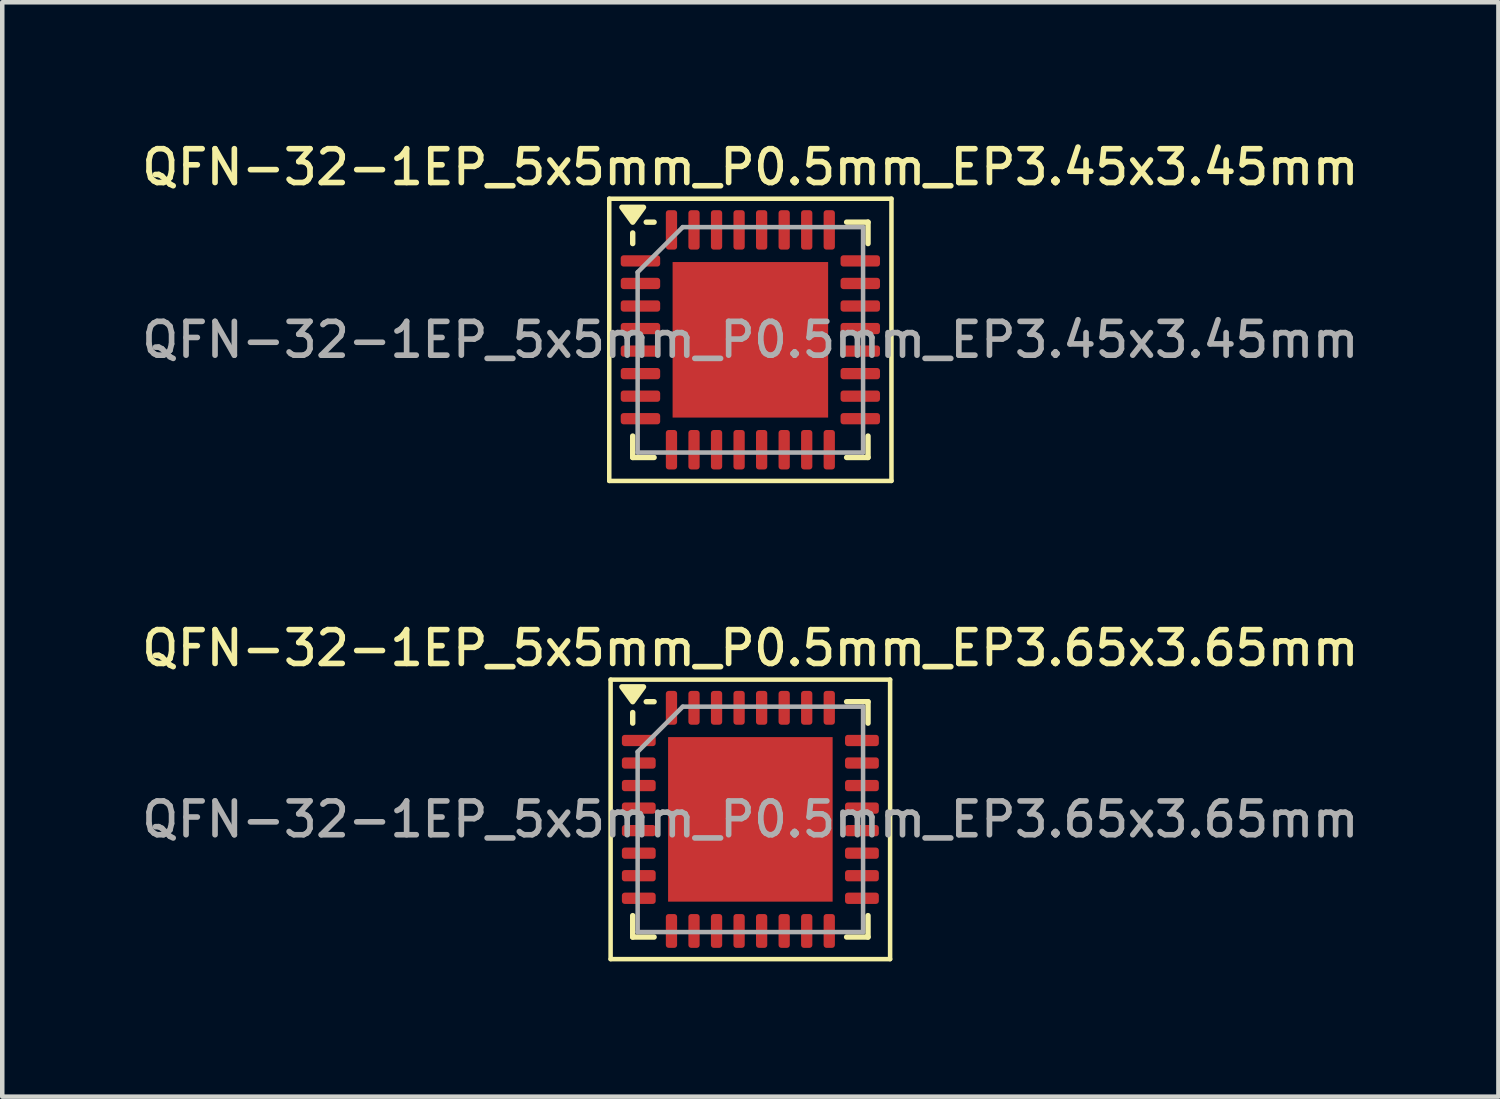
<source format=kicad_pcb>
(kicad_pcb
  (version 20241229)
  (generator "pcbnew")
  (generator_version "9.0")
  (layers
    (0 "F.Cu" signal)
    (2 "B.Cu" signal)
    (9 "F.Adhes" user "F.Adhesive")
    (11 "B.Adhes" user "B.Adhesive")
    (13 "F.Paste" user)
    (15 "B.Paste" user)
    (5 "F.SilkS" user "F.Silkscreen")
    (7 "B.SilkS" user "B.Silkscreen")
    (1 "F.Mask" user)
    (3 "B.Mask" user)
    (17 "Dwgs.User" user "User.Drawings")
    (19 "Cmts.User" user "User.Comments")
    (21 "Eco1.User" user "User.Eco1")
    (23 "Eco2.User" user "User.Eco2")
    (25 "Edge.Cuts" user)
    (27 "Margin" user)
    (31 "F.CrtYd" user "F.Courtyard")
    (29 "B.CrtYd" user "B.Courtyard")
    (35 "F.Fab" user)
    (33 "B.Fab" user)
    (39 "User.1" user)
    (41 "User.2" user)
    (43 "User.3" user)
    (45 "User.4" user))
  (footprint "QFN-32-1EP_5x5mm_P0.5mm_EP3.65x3.65mm"
    (layer "F.Cu")
    (at 13.595 15.126)
    (property "Reference" "QFN-32-1EP_5x5mm_P0.5mm_EP3.65x3.65mm" (at 0 -3.8 0) (layer "F.SilkS") (effects (font (size 0.75 0.75) (thickness 0.125))))
    (attr smd)
    (fp_line (start -3.1 -3.1) (end -3.1 3.1) (stroke (width 0.1) (type solid)) (layer "F.SilkS"))
    (fp_line (start -3.1 3.1) (end 3.1 3.1) (stroke (width 0.1) (type solid)) (layer "F.SilkS"))
    (fp_line (start -2.61 -2.135) (end -2.61 -2.37) (stroke (width 0.12) (type solid)) (layer "F.SilkS"))
    (fp_line (start -2.61 2.61) (end -2.61 2.135) (stroke (width 0.12) (type solid)) (layer "F.SilkS"))
    (fp_line (start -2.135 -2.61) (end -2.31 -2.61) (stroke (width 0.12) (type solid)) (layer "F.SilkS"))
    (fp_line (start -2.135 2.61) (end -2.61 2.61) (stroke (width 0.12) (type solid)) (layer "F.SilkS"))
    (fp_line (start 2.135 -2.61) (end 2.61 -2.61) (stroke (width 0.12) (type solid)) (layer "F.SilkS"))
    (fp_line (start 2.135 2.61) (end 2.61 2.61) (stroke (width 0.12) (type solid)) (layer "F.SilkS"))
    (fp_line (start 2.61 -2.61) (end 2.61 -2.135) (stroke (width 0.12) (type solid)) (layer "F.SilkS"))
    (fp_line (start 2.61 2.61) (end 2.61 2.135) (stroke (width 0.12) (type solid)) (layer "F.SilkS"))
    (fp_line (start 3.1 -3.1) (end -3.1 -3.1) (stroke (width 0.1) (type solid)) (layer "F.SilkS"))
    (fp_line (start 3.1 3.1) (end 3.1 -3.1) (stroke (width 0.1) (type solid)) (layer "F.SilkS"))
    (fp_poly (pts (xy -2.61 -2.61) (xy -2.85 -2.94) (xy -2.37 -2.94) (xy -2.61 -2.61)) (stroke (width 0.12) (type solid)) (fill yes) (layer "F.SilkS"))
    (fp_line (start -2.5 -1.5) (end -1.5 -2.5) (stroke (width 0.1) (type solid)) (layer "F.Fab"))
    (fp_line (start -2.5 2.5) (end -2.5 -1.5) (stroke (width 0.1) (type solid)) (layer "F.Fab"))
    (fp_line (start -1.5 -2.5) (end 2.5 -2.5) (stroke (width 0.1) (type solid)) (layer "F.Fab"))
    (fp_line (start 2.5 -2.5) (end 2.5 2.5) (stroke (width 0.1) (type solid)) (layer "F.Fab"))
    (fp_line (start 2.5 2.5) (end -2.5 2.5) (stroke (width 0.1) (type solid)) (layer "F.Fab"))
    (fp_text user "${REFERENCE}" (at 0 0 0) (layer "F.Fab") (effects (font (size 0.75 0.75) (thickness 0.125))))
    (pad "" smd roundrect (at -1.22 -1.22) (size 0.98 0.98) (layers "F.Paste") (roundrect_rratio 0.25))
    (pad "" smd roundrect (at -1.22 0) (size 0.98 0.98) (layers "F.Paste") (roundrect_rratio 0.25))
    (pad "" smd roundrect (at -1.22 1.22) (size 0.98 0.98) (layers "F.Paste") (roundrect_rratio 0.25))
    (pad "" smd roundrect (at 0 -1.22) (size 0.98 0.98) (layers "F.Paste") (roundrect_rratio 0.25))
    (pad "" smd roundrect (at 0 0) (size 0.98 0.98) (layers "F.Paste") (roundrect_rratio 0.25))
    (pad "" smd roundrect (at 0 1.22) (size 0.98 0.98) (layers "F.Paste") (roundrect_rratio 0.25))
    (pad "" smd roundrect (at 1.22 -1.22) (size 0.98 0.98) (layers "F.Paste") (roundrect_rratio 0.25))
    (pad "" smd roundrect (at 1.22 0) (size 0.98 0.98) (layers "F.Paste") (roundrect_rratio 0.25))
    (pad "" smd roundrect (at 1.22 1.22) (size 0.98 0.98) (layers "F.Paste") (roundrect_rratio 0.25))
    (pad "1" smd roundrect (at -2.475 -1.75) (size 0.75 0.25) (layers "F.Cu" "F.Mask" "F.Paste") (roundrect_rratio 0.25))
    (pad "2" smd roundrect (at -2.475 -1.25) (size 0.75 0.25) (layers "F.Cu" "F.Mask" "F.Paste") (roundrect_rratio 0.25))
    (pad "3" smd roundrect (at -2.475 -0.75) (size 0.75 0.25) (layers "F.Cu" "F.Mask" "F.Paste") (roundrect_rratio 0.25))
    (pad "4" smd roundrect (at -2.475 -0.25) (size 0.75 0.25) (layers "F.Cu" "F.Mask" "F.Paste") (roundrect_rratio 0.25))
    (pad "5" smd roundrect (at -2.475 0.25) (size 0.75 0.25) (layers "F.Cu" "F.Mask" "F.Paste") (roundrect_rratio 0.25))
    (pad "6" smd roundrect (at -2.475 0.75) (size 0.75 0.25) (layers "F.Cu" "F.Mask" "F.Paste") (roundrect_rratio 0.25))
    (pad "7" smd roundrect (at -2.475 1.25) (size 0.75 0.25) (layers "F.Cu" "F.Mask" "F.Paste") (roundrect_rratio 0.25))
    (pad "8" smd roundrect (at -2.475 1.75) (size 0.75 0.25) (layers "F.Cu" "F.Mask" "F.Paste") (roundrect_rratio 0.25))
    (pad "9" smd roundrect (at -1.75 2.475) (size 0.25 0.75) (layers "F.Cu" "F.Mask" "F.Paste") (roundrect_rratio 0.25))
    (pad "10" smd roundrect (at -1.25 2.475) (size 0.25 0.75) (layers "F.Cu" "F.Mask" "F.Paste") (roundrect_rratio 0.25))
    (pad "11" smd roundrect (at -0.75 2.475) (size 0.25 0.75) (layers "F.Cu" "F.Mask" "F.Paste") (roundrect_rratio 0.25))
    (pad "12" smd roundrect (at -0.25 2.475) (size 0.25 0.75) (layers "F.Cu" "F.Mask" "F.Paste") (roundrect_rratio 0.25))
    (pad "13" smd roundrect (at 0.25 2.475) (size 0.25 0.75) (layers "F.Cu" "F.Mask" "F.Paste") (roundrect_rratio 0.25))
    (pad "14" smd roundrect (at 0.75 2.475) (size 0.25 0.75) (layers "F.Cu" "F.Mask" "F.Paste") (roundrect_rratio 0.25))
    (pad "15" smd roundrect (at 1.25 2.475) (size 0.25 0.75) (layers "F.Cu" "F.Mask" "F.Paste") (roundrect_rratio 0.25))
    (pad "16" smd roundrect (at 1.75 2.475) (size 0.25 0.75) (layers "F.Cu" "F.Mask" "F.Paste") (roundrect_rratio 0.25))
    (pad "17" smd roundrect (at 2.475 1.75) (size 0.75 0.25) (layers "F.Cu" "F.Mask" "F.Paste") (roundrect_rratio 0.25))
    (pad "18" smd roundrect (at 2.475 1.25) (size 0.75 0.25) (layers "F.Cu" "F.Mask" "F.Paste") (roundrect_rratio 0.25))
    (pad "19" smd roundrect (at 2.475 0.75) (size 0.75 0.25) (layers "F.Cu" "F.Mask" "F.Paste") (roundrect_rratio 0.25))
    (pad "20" smd roundrect (at 2.475 0.25) (size 0.75 0.25) (layers "F.Cu" "F.Mask" "F.Paste") (roundrect_rratio 0.25))
    (pad "21" smd roundrect (at 2.475 -0.25) (size 0.75 0.25) (layers "F.Cu" "F.Mask" "F.Paste") (roundrect_rratio 0.25))
    (pad "22" smd roundrect (at 2.475 -0.75) (size 0.75 0.25) (layers "F.Cu" "F.Mask" "F.Paste") (roundrect_rratio 0.25))
    (pad "23" smd roundrect (at 2.475 -1.25) (size 0.75 0.25) (layers "F.Cu" "F.Mask" "F.Paste") (roundrect_rratio 0.25))
    (pad "24" smd roundrect (at 2.475 -1.75) (size 0.75 0.25) (layers "F.Cu" "F.Mask" "F.Paste") (roundrect_rratio 0.25))
    (pad "25" smd roundrect (at 1.75 -2.475) (size 0.25 0.75) (layers "F.Cu" "F.Mask" "F.Paste") (roundrect_rratio 0.25))
    (pad "26" smd roundrect (at 1.25 -2.475) (size 0.25 0.75) (layers "F.Cu" "F.Mask" "F.Paste") (roundrect_rratio 0.25))
    (pad "27" smd roundrect (at 0.75 -2.475) (size 0.25 0.75) (layers "F.Cu" "F.Mask" "F.Paste") (roundrect_rratio 0.25))
    (pad "28" smd roundrect (at 0.25 -2.475) (size 0.25 0.75) (layers "F.Cu" "F.Mask" "F.Paste") (roundrect_rratio 0.25))
    (pad "29" smd roundrect (at -0.25 -2.475) (size 0.25 0.75) (layers "F.Cu" "F.Mask" "F.Paste") (roundrect_rratio 0.25))
    (pad "30" smd roundrect (at -0.75 -2.475) (size 0.25 0.75) (layers "F.Cu" "F.Mask" "F.Paste") (roundrect_rratio 0.25))
    (pad "31" smd roundrect (at -1.25 -2.475) (size 0.25 0.75) (layers "F.Cu" "F.Mask" "F.Paste") (roundrect_rratio 0.25))
    (pad "32" smd roundrect (at -1.75 -2.475) (size 0.25 0.75) (layers "F.Cu" "F.Mask" "F.Paste") (roundrect_rratio 0.25))
    (pad "33" smd rect (at 0 0) (size 3.65 3.65) (property pad_prop_heatsink) (layers "F.Cu" "F.Mask")))
  (footprint "QFN-32-1EP_5x5mm_P0.5mm_EP3.45x3.45mm"
    (layer "F.Cu")
    (at 13.595 4.488)
    (property "Reference" "QFN-32-1EP_5x5mm_P0.5mm_EP3.45x3.45mm" (at 0 -3.83 0) (layer "F.SilkS") (effects (font (size 0.75 0.75) (thickness 0.125))))
    (attr smd)
    (fp_line (start -3.13 -3.13) (end -3.13 3.13) (stroke (width 0.1) (type solid)) (layer "F.SilkS"))
    (fp_line (start -3.13 3.13) (end 3.13 3.13) (stroke (width 0.1) (type solid)) (layer "F.SilkS"))
    (fp_line (start -2.61 -2.135) (end -2.61 -2.37) (stroke (width 0.12) (type solid)) (layer "F.SilkS"))
    (fp_line (start -2.61 2.61) (end -2.61 2.135) (stroke (width 0.12) (type solid)) (layer "F.SilkS"))
    (fp_line (start -2.135 -2.61) (end -2.31 -2.61) (stroke (width 0.12) (type solid)) (layer "F.SilkS"))
    (fp_line (start -2.135 2.61) (end -2.61 2.61) (stroke (width 0.12) (type solid)) (layer "F.SilkS"))
    (fp_line (start 2.135 -2.61) (end 2.61 -2.61) (stroke (width 0.12) (type solid)) (layer "F.SilkS"))
    (fp_line (start 2.135 2.61) (end 2.61 2.61) (stroke (width 0.12) (type solid)) (layer "F.SilkS"))
    (fp_line (start 2.61 -2.61) (end 2.61 -2.135) (stroke (width 0.12) (type solid)) (layer "F.SilkS"))
    (fp_line (start 2.61 2.61) (end 2.61 2.135) (stroke (width 0.12) (type solid)) (layer "F.SilkS"))
    (fp_line (start 3.13 -3.13) (end -3.13 -3.13) (stroke (width 0.1) (type solid)) (layer "F.SilkS"))
    (fp_line (start 3.13 3.13) (end 3.13 -3.13) (stroke (width 0.1) (type solid)) (layer "F.SilkS"))
    (fp_poly (pts (xy -2.61 -2.61) (xy -2.85 -2.94) (xy -2.37 -2.94) (xy -2.61 -2.61)) (stroke (width 0.12) (type solid)) (fill yes) (layer "F.SilkS"))
    (fp_line (start -2.5 -1.5) (end -1.5 -2.5) (stroke (width 0.1) (type solid)) (layer "F.Fab"))
    (fp_line (start -2.5 2.5) (end -2.5 -1.5) (stroke (width 0.1) (type solid)) (layer "F.Fab"))
    (fp_line (start -1.5 -2.5) (end 2.5 -2.5) (stroke (width 0.1) (type solid)) (layer "F.Fab"))
    (fp_line (start 2.5 -2.5) (end 2.5 2.5) (stroke (width 0.1) (type solid)) (layer "F.Fab"))
    (fp_line (start 2.5 2.5) (end -2.5 2.5) (stroke (width 0.1) (type solid)) (layer "F.Fab"))
    (fp_text user "${REFERENCE}" (at 0 0 0) (layer "F.Fab") (effects (font (size 0.75 0.75) (thickness 0.125))))
    (pad "" smd roundrect (at -1.15 -1.15) (size 0.93 0.93) (layers "F.Paste") (roundrect_rratio 0.25))
    (pad "" smd roundrect (at -1.15 0) (size 0.93 0.93) (layers "F.Paste") (roundrect_rratio 0.25))
    (pad "" smd roundrect (at -1.15 1.15) (size 0.93 0.93) (layers "F.Paste") (roundrect_rratio 0.25))
    (pad "" smd roundrect (at 0 -1.15) (size 0.93 0.93) (layers "F.Paste") (roundrect_rratio 0.25))
    (pad "" smd roundrect (at 0 0) (size 0.93 0.93) (layers "F.Paste") (roundrect_rratio 0.25))
    (pad "" smd roundrect (at 0 1.15) (size 0.93 0.93) (layers "F.Paste") (roundrect_rratio 0.25))
    (pad "" smd roundrect (at 1.15 -1.15) (size 0.93 0.93) (layers "F.Paste") (roundrect_rratio 0.25))
    (pad "" smd roundrect (at 1.15 0) (size 0.93 0.93) (layers "F.Paste") (roundrect_rratio 0.25))
    (pad "" smd roundrect (at 1.15 1.15) (size 0.93 0.93) (layers "F.Paste") (roundrect_rratio 0.25))
    (pad "1" smd roundrect (at -2.438 -1.75) (size 0.875 0.25) (layers "F.Cu" "F.Mask" "F.Paste") (roundrect_rratio 0.25))
    (pad "2" smd roundrect (at -2.438 -1.25) (size 0.875 0.25) (layers "F.Cu" "F.Mask" "F.Paste") (roundrect_rratio 0.25))
    (pad "3" smd roundrect (at -2.438 -0.75) (size 0.875 0.25) (layers "F.Cu" "F.Mask" "F.Paste") (roundrect_rratio 0.25))
    (pad "4" smd roundrect (at -2.438 -0.25) (size 0.875 0.25) (layers "F.Cu" "F.Mask" "F.Paste") (roundrect_rratio 0.25))
    (pad "5" smd roundrect (at -2.438 0.25) (size 0.875 0.25) (layers "F.Cu" "F.Mask" "F.Paste") (roundrect_rratio 0.25))
    (pad "6" smd roundrect (at -2.438 0.75) (size 0.875 0.25) (layers "F.Cu" "F.Mask" "F.Paste") (roundrect_rratio 0.25))
    (pad "7" smd roundrect (at -2.438 1.25) (size 0.875 0.25) (layers "F.Cu" "F.Mask" "F.Paste") (roundrect_rratio 0.25))
    (pad "8" smd roundrect (at -2.438 1.75) (size 0.875 0.25) (layers "F.Cu" "F.Mask" "F.Paste") (roundrect_rratio 0.25))
    (pad "9" smd roundrect (at -1.75 2.438) (size 0.25 0.875) (layers "F.Cu" "F.Mask" "F.Paste") (roundrect_rratio 0.25))
    (pad "10" smd roundrect (at -1.25 2.438) (size 0.25 0.875) (layers "F.Cu" "F.Mask" "F.Paste") (roundrect_rratio 0.25))
    (pad "11" smd roundrect (at -0.75 2.438) (size 0.25 0.875) (layers "F.Cu" "F.Mask" "F.Paste") (roundrect_rratio 0.25))
    (pad "12" smd roundrect (at -0.25 2.438) (size 0.25 0.875) (layers "F.Cu" "F.Mask" "F.Paste") (roundrect_rratio 0.25))
    (pad "13" smd roundrect (at 0.25 2.438) (size 0.25 0.875) (layers "F.Cu" "F.Mask" "F.Paste") (roundrect_rratio 0.25))
    (pad "14" smd roundrect (at 0.75 2.438) (size 0.25 0.875) (layers "F.Cu" "F.Mask" "F.Paste") (roundrect_rratio 0.25))
    (pad "15" smd roundrect (at 1.25 2.438) (size 0.25 0.875) (layers "F.Cu" "F.Mask" "F.Paste") (roundrect_rratio 0.25))
    (pad "16" smd roundrect (at 1.75 2.438) (size 0.25 0.875) (layers "F.Cu" "F.Mask" "F.Paste") (roundrect_rratio 0.25))
    (pad "17" smd roundrect (at 2.438 1.75) (size 0.875 0.25) (layers "F.Cu" "F.Mask" "F.Paste") (roundrect_rratio 0.25))
    (pad "18" smd roundrect (at 2.438 1.25) (size 0.875 0.25) (layers "F.Cu" "F.Mask" "F.Paste") (roundrect_rratio 0.25))
    (pad "19" smd roundrect (at 2.438 0.75) (size 0.875 0.25) (layers "F.Cu" "F.Mask" "F.Paste") (roundrect_rratio 0.25))
    (pad "20" smd roundrect (at 2.438 0.25) (size 0.875 0.25) (layers "F.Cu" "F.Mask" "F.Paste") (roundrect_rratio 0.25))
    (pad "21" smd roundrect (at 2.438 -0.25) (size 0.875 0.25) (layers "F.Cu" "F.Mask" "F.Paste") (roundrect_rratio 0.25))
    (pad "22" smd roundrect (at 2.438 -0.75) (size 0.875 0.25) (layers "F.Cu" "F.Mask" "F.Paste") (roundrect_rratio 0.25))
    (pad "23" smd roundrect (at 2.438 -1.25) (size 0.875 0.25) (layers "F.Cu" "F.Mask" "F.Paste") (roundrect_rratio 0.25))
    (pad "24" smd roundrect (at 2.438 -1.75) (size 0.875 0.25) (layers "F.Cu" "F.Mask" "F.Paste") (roundrect_rratio 0.25))
    (pad "25" smd roundrect (at 1.75 -2.438) (size 0.25 0.875) (layers "F.Cu" "F.Mask" "F.Paste") (roundrect_rratio 0.25))
    (pad "26" smd roundrect (at 1.25 -2.438) (size 0.25 0.875) (layers "F.Cu" "F.Mask" "F.Paste") (roundrect_rratio 0.25))
    (pad "27" smd roundrect (at 0.75 -2.438) (size 0.25 0.875) (layers "F.Cu" "F.Mask" "F.Paste") (roundrect_rratio 0.25))
    (pad "28" smd roundrect (at 0.25 -2.438) (size 0.25 0.875) (layers "F.Cu" "F.Mask" "F.Paste") (roundrect_rratio 0.25))
    (pad "29" smd roundrect (at -0.25 -2.438) (size 0.25 0.875) (layers "F.Cu" "F.Mask" "F.Paste") (roundrect_rratio 0.25))
    (pad "30" smd roundrect (at -0.75 -2.438) (size 0.25 0.875) (layers "F.Cu" "F.Mask" "F.Paste") (roundrect_rratio 0.25))
    (pad "31" smd roundrect (at -1.25 -2.438) (size 0.25 0.875) (layers "F.Cu" "F.Mask" "F.Paste") (roundrect_rratio 0.25))
    (pad "32" smd roundrect (at -1.75 -2.438) (size 0.25 0.875) (layers "F.Cu" "F.Mask" "F.Paste") (roundrect_rratio 0.25))
    (pad "33" smd rect (at 0 0) (size 3.45 3.45) (property pad_prop_heatsink) (layers "F.Cu" "F.Mask")))
  (gr_rect
    (start -3 -3)
    (end 30.189 21.276)
    (stroke (width 0.1) (type default))
    (fill no)
    (layer "Edge.Cuts")))
</source>
